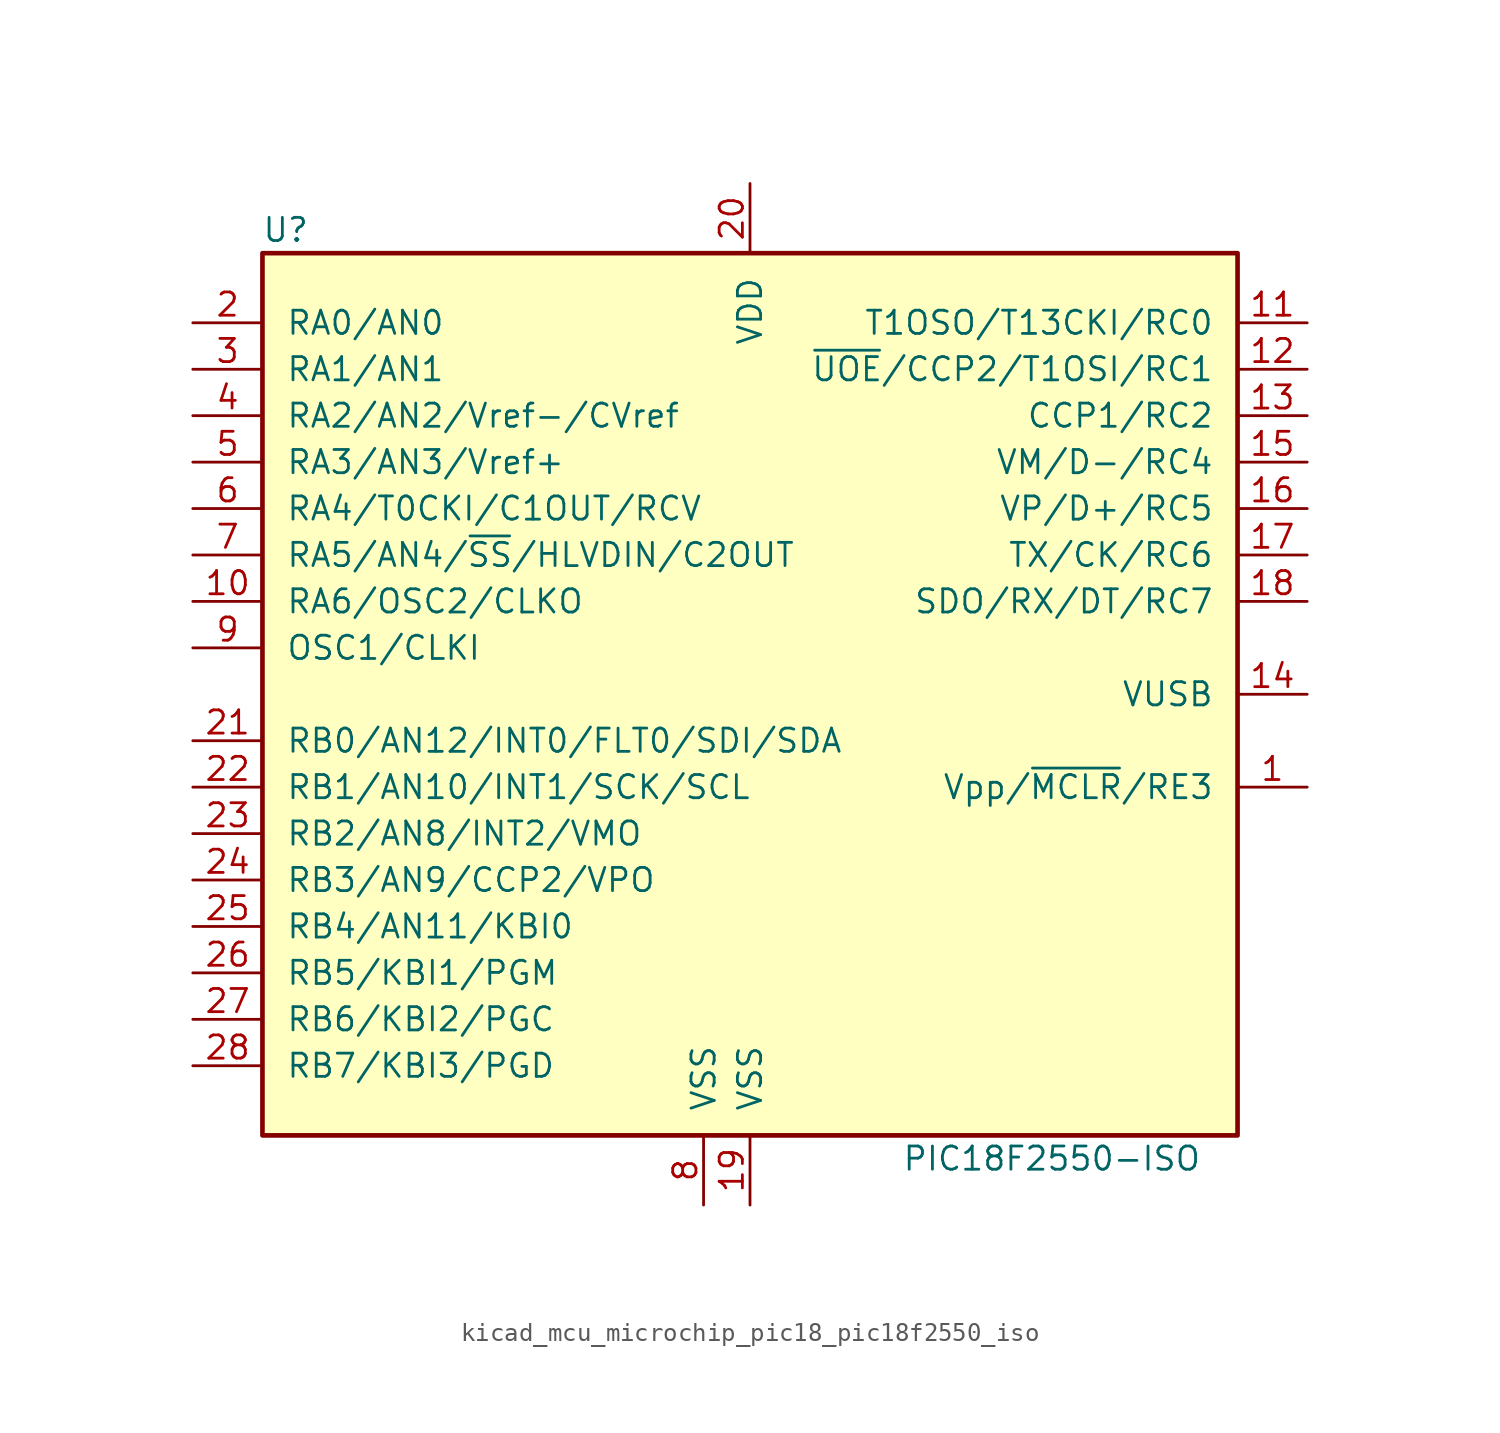
<source format=kicad_sym>
(kicad_symbol_lib
  (version 20220914)
  (generator kicad_symbol_editor)
  (symbol "kicad_mcu_microchip_pic18_pic18f2550_iso"
    (pin_names
      (offset 1.27))
    (property "Reference" "U"
      (at -25.4 25.4 0)
      (effects (font (size 1.27 1.27))))
    (property "Value" "PIC18F2550-ISO"
      (at 16.51 -25.4 0)
      (effects (font (size 1.27 1.27))))
    (symbol "kicad_mcu_microchip_pic18_pic18f2550_iso_0_1"
      (rectangle (start -26.67 24.13) (end 26.67 -24.13) (stroke (width 0.254) (type default)) (fill (type background))))
    (symbol "kicad_mcu_microchip_pic18_pic18f2550_iso_1_1"
      (pin input line (at 30.48 -5.08 180) (length 3.81) (name "Vpp/~{MCLR}/RE3" (effects (font (size 1.27 1.27)))) (number "1" (effects (font (size 1.27 1.27)))))
      (pin output line (at -30.48 5.08 0) (length 3.81) (name "RA6/OSC2/CLKO" (effects (font (size 1.27 1.27)))) (number "10" (effects (font (size 1.27 1.27)))))
      (pin bidirectional line (at 30.48 20.32 180) (length 3.81) (name "T1OSO/T13CKI/RC0" (effects (font (size 1.27 1.27)))) (number "11" (effects (font (size 1.27 1.27)))))
      (pin bidirectional line (at 30.48 17.78 180) (length 3.81) (name "~{UOE}/CCP2/T1OSI/RC1" (effects (font (size 1.27 1.27)))) (number "12" (effects (font (size 1.27 1.27)))))
      (pin bidirectional line (at 30.48 15.24 180) (length 3.81) (name "CCP1/RC2" (effects (font (size 1.27 1.27)))) (number "13" (effects (font (size 1.27 1.27)))))
      (pin bidirectional line (at 30.48 0 180) (length 3.81) (name "VUSB" (effects (font (size 1.27 1.27)))) (number "14" (effects (font (size 1.27 1.27)))))
      (pin bidirectional line (at 30.48 12.7 180) (length 3.81) (name "VM/D-/RC4" (effects (font (size 1.27 1.27)))) (number "15" (effects (font (size 1.27 1.27)))))
      (pin bidirectional line (at 30.48 10.16 180) (length 3.81) (name "VP/D+/RC5" (effects (font (size 1.27 1.27)))) (number "16" (effects (font (size 1.27 1.27)))))
      (pin bidirectional line (at 30.48 7.62 180) (length 3.81) (name "TX/CK/RC6" (effects (font (size 1.27 1.27)))) (number "17" (effects (font (size 1.27 1.27)))))
      (pin bidirectional line (at 30.48 5.08 180) (length 3.81) (name "SDO/RX/DT/RC7" (effects (font (size 1.27 1.27)))) (number "18" (effects (font (size 1.27 1.27)))))
      (pin power_in line (at 0 -27.94 90) (length 3.81) (name "VSS" (effects (font (size 1.27 1.27)))) (number "19" (effects (font (size 1.27 1.27)))))
      (pin bidirectional line (at -30.48 20.32 0) (length 3.81) (name "RA0/AN0" (effects (font (size 1.27 1.27)))) (number "2" (effects (font (size 1.27 1.27)))))
      (pin power_in line (at 0 27.94 270) (length 3.81) (name "VDD" (effects (font (size 1.27 1.27)))) (number "20" (effects (font (size 1.27 1.27)))))
      (pin bidirectional line (at -30.48 -2.54 0) (length 3.81) (name "RB0/AN12/INT0/FLT0/SDI/SDA" (effects (font (size 1.27 1.27)))) (number "21" (effects (font (size 1.27 1.27)))))
      (pin bidirectional line (at -30.48 -5.08 0) (length 3.81) (name "RB1/AN10/INT1/SCK/SCL" (effects (font (size 1.27 1.27)))) (number "22" (effects (font (size 1.27 1.27)))))
      (pin bidirectional line (at -30.48 -7.62 0) (length 3.81) (name "RB2/AN8/INT2/VMO" (effects (font (size 1.27 1.27)))) (number "23" (effects (font (size 1.27 1.27)))))
      (pin bidirectional line (at -30.48 -10.16 0) (length 3.81) (name "RB3/AN9/CCP2/VPO" (effects (font (size 1.27 1.27)))) (number "24" (effects (font (size 1.27 1.27)))))
      (pin bidirectional line (at -30.48 -12.7 0) (length 3.81) (name "RB4/AN11/KBI0" (effects (font (size 1.27 1.27)))) (number "25" (effects (font (size 1.27 1.27)))))
      (pin bidirectional line (at -30.48 -15.24 0) (length 3.81) (name "RB5/KBI1/PGM" (effects (font (size 1.27 1.27)))) (number "26" (effects (font (size 1.27 1.27)))))
      (pin bidirectional line (at -30.48 -17.78 0) (length 3.81) (name "RB6/KBI2/PGC" (effects (font (size 1.27 1.27)))) (number "27" (effects (font (size 1.27 1.27)))))
      (pin bidirectional line (at -30.48 -20.32 0) (length 3.81) (name "RB7/KBI3/PGD" (effects (font (size 1.27 1.27)))) (number "28" (effects (font (size 1.27 1.27)))))
      (pin bidirectional line (at -30.48 17.78 0) (length 3.81) (name "RA1/AN1" (effects (font (size 1.27 1.27)))) (number "3" (effects (font (size 1.27 1.27)))))
      (pin bidirectional line (at -30.48 15.24 0) (length 3.81) (name "RA2/AN2/Vref-/CVref" (effects (font (size 1.27 1.27)))) (number "4" (effects (font (size 1.27 1.27)))))
      (pin bidirectional line (at -30.48 12.7 0) (length 3.81) (name "RA3/AN3/Vref+" (effects (font (size 1.27 1.27)))) (number "5" (effects (font (size 1.27 1.27)))))
      (pin bidirectional line (at -30.48 10.16 0) (length 3.81) (name "RA4/T0CKI/C1OUT/RCV" (effects (font (size 1.27 1.27)))) (number "6" (effects (font (size 1.27 1.27)))))
      (pin bidirectional line (at -30.48 7.62 0) (length 3.81) (name "RA5/AN4/~{SS}/HLVDIN/C2OUT" (effects (font (size 1.27 1.27)))) (number "7" (effects (font (size 1.27 1.27)))))
      (pin power_in line (at -2.54 -27.94 90) (length 3.81) (name "VSS" (effects (font (size 1.27 1.27)))) (number "8" (effects (font (size 1.27 1.27)))))
      (pin input line (at -30.48 2.54 0) (length 3.81) (name "OSC1/CLKI" (effects (font (size 1.27 1.27)))) (number "9" (effects (font (size 1.27 1.27))))))))
</source>
